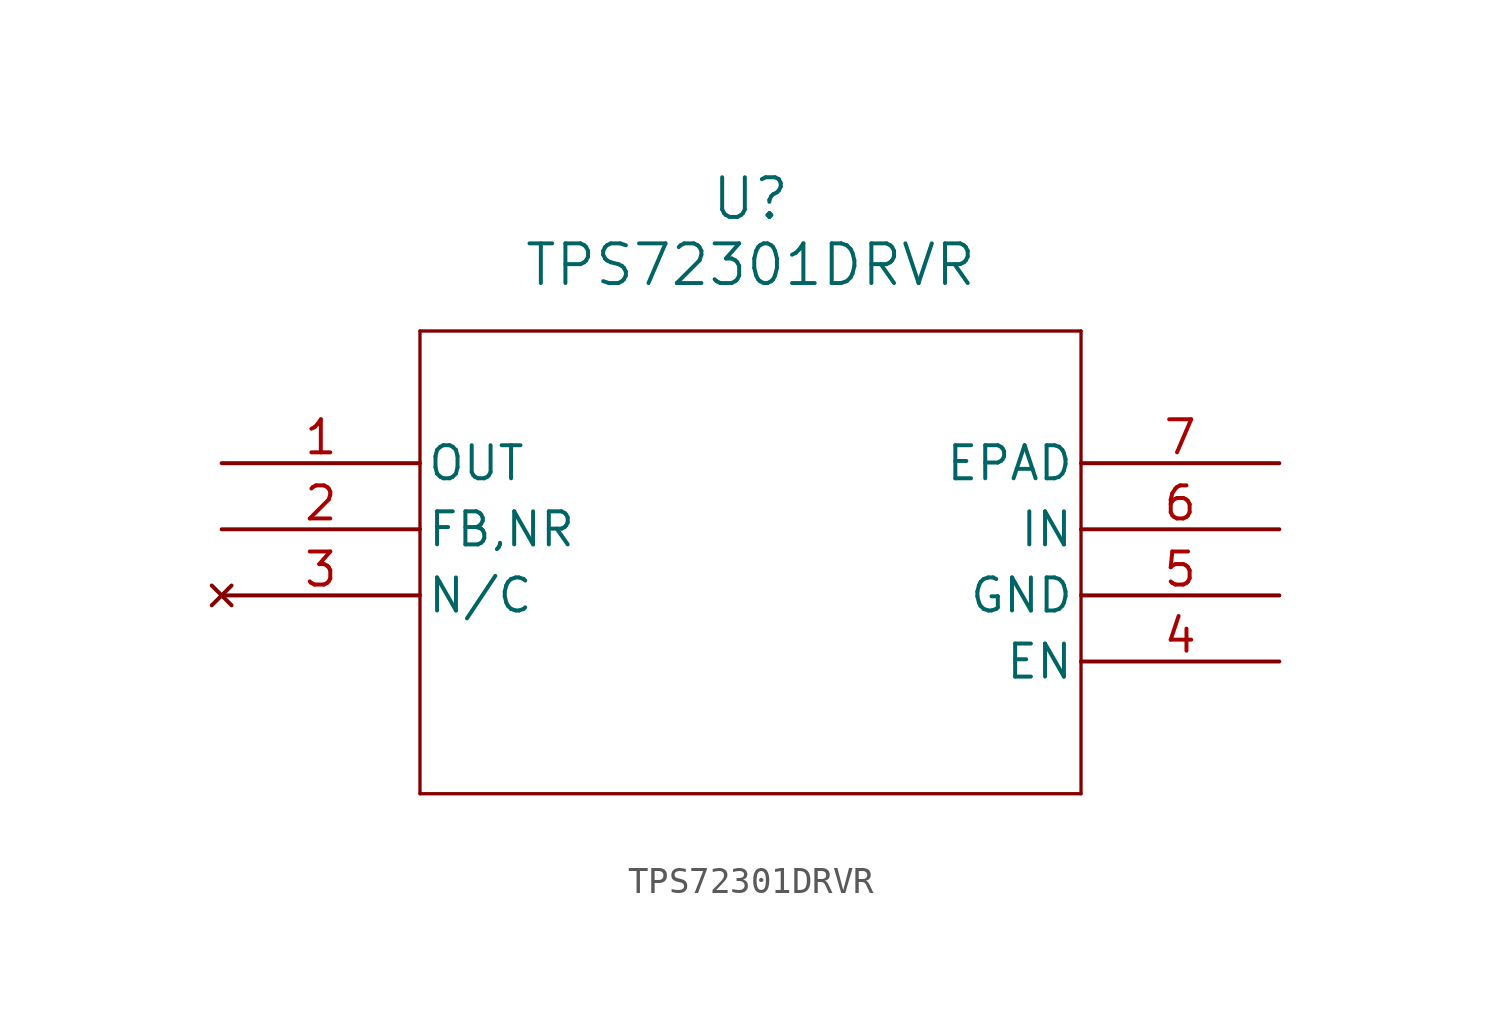
<source format=kicad_sym>
(kicad_symbol_lib
  (version 20211014)
  (generator kicad_symbol_editor)
  (symbol "TPS72301DRVR"
    (pin_names
      (offset 0.254))
    (property "Reference" "U"
      (at 20.32 10.16 0)
      (effects (font (size 1.524 1.524))))
    (property "Value" "TPS72301DRVR"
      (at 20.32 7.62 0)
      (effects (font (size 1.524 1.524))))
    (symbol "TPS72301DRVR_0_1"
      (polyline (pts (xy 7.62 5.08) (xy 7.62 -12.7)) (stroke (width 0.127) (type default) (color 0 0 0 0)) (fill (type none)))
      (polyline (pts (xy 7.62 -12.7) (xy 33.02 -12.7)) (stroke (width 0.127) (type default) (color 0 0 0 0)) (fill (type none)))
      (polyline (pts (xy 33.02 -12.7) (xy 33.02 5.08)) (stroke (width 0.127) (type default) (color 0 0 0 0)) (fill (type none)))
      (polyline (pts (xy 33.02 5.08) (xy 7.62 5.08)) (stroke (width 0.127) (type default) (color 0 0 0 0)) (fill (type none)))
      (pin output line (at 0 0 0) (length 7.62) (name "OUT" (effects (font (size 1.27 1.27)))) (number "1" (effects (font (size 1.27 1.27)))))
      (pin unspecified line (at 0 -2.54 0) (length 7.62) (name "FB,NR" (effects (font (size 1.27 1.27)))) (number "2" (effects (font (size 1.27 1.27)))))
      (pin no_connect line (at 0 -5.08 0) (length 7.62) (name "N/C" (effects (font (size 1.27 1.27)))) (number "3" (effects (font (size 1.27 1.27)))))
      (pin unspecified line (at 40.64 -7.62 180) (length 7.62) (name "EN" (effects (font (size 1.27 1.27)))) (number "4" (effects (font (size 1.27 1.27)))))
      (pin power_out line (at 40.64 -5.08 180) (length 7.62) (name "GND" (effects (font (size 1.27 1.27)))) (number "5" (effects (font (size 1.27 1.27)))))
      (pin input line (at 40.64 -2.54 180) (length 7.62) (name "IN" (effects (font (size 1.27 1.27)))) (number "6" (effects (font (size 1.27 1.27)))))
      (pin unspecified line (at 40.64 0 180) (length 7.62) (name "EPAD" (effects (font (size 1.27 1.27)))) (number "7" (effects (font (size 1.27 1.27))))))))
</source>
